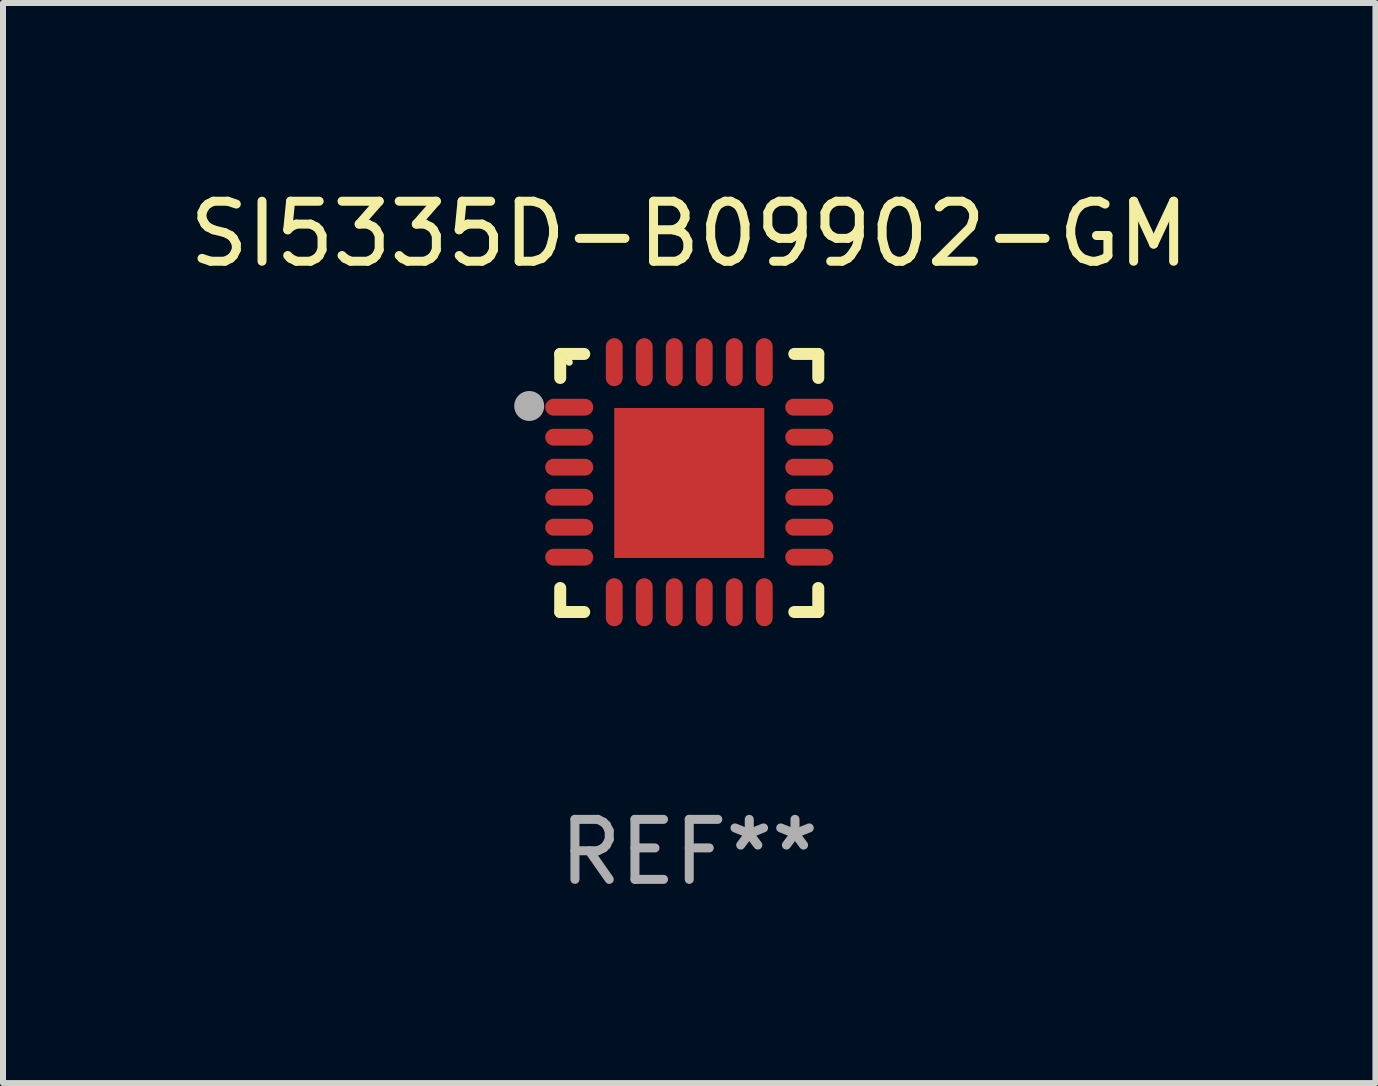
<source format=kicad_pcb>
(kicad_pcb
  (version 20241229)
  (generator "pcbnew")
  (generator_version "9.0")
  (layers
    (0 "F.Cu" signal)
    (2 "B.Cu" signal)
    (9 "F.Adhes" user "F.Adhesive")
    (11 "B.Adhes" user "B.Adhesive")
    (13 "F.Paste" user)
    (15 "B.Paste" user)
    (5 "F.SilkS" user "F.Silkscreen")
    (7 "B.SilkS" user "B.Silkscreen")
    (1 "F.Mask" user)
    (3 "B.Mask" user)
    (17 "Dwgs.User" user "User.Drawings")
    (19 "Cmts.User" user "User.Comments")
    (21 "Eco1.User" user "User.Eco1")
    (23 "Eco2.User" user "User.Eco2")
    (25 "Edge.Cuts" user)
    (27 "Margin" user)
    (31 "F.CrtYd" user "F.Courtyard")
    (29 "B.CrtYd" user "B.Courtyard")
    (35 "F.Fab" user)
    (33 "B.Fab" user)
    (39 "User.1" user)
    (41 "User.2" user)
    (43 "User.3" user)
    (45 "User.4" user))
  (footprint "SI5335D-B09902-GM"
    (layer "F.Cu")
    (at 8.435 4.998)
    (property "Reference" "SI5335D-B09902-GM" (at 0 -4.15 0) (layer "F.SilkS") (effects (font (size 1 1) (thickness 0.15))))
    (attr through_hole)
    (fp_line (start -2.15 -2.15) (end -1.75 -2.15) (stroke (width 0.2) (type solid)) (layer "F.SilkS"))
    (fp_line (start -2.15 -1.75) (end -2.15 -2.15) (stroke (width 0.2) (type solid)) (layer "F.SilkS"))
    (fp_line (start -2.15 2.15) (end -2.15 1.75) (stroke (width 0.2) (type solid)) (layer "F.SilkS"))
    (fp_line (start -1.75 2.15) (end -2.15 2.15) (stroke (width 0.2) (type solid)) (layer "F.SilkS"))
    (fp_line (start 1.75 -2.15) (end 2.15 -2.15) (stroke (width 0.2) (type solid)) (layer "F.SilkS"))
    (fp_line (start 1.75 2.15) (end 2.15 2.15) (stroke (width 0.2) (type solid)) (layer "F.SilkS"))
    (fp_line (start 2.15 -2.15) (end 2.15 -1.75) (stroke (width 0.2) (type solid)) (layer "F.SilkS"))
    (fp_line (start 2.15 2.15) (end 2.15 1.75) (stroke (width 0.2) (type solid)) (layer "F.SilkS"))
    (fp_circle (center -2 -2.013) (end -1.97 -2.013) (stroke (width 0.06) (type solid)) (fill no) (layer "F.SilkS"))
    (fp_circle (center -2.667 -1.283) (end -2.542 -1.283) (stroke (width 0.25) (type solid)) (fill no) (layer "F.Fab"))
    (fp_text user "REF**" (at 0 6.15 0) (layer "F.Fab") (effects (font (size 1 1) (thickness 0.15))))
    (pad "1" smd oval (at -2 -1.263) (size 0.8 0.28) (layers "F.Cu" "F.Mask" "F.Paste"))
    (pad "2" smd oval (at -2 -0.763) (size 0.8 0.28) (layers "F.Cu" "F.Mask" "F.Paste"))
    (pad "3" smd oval (at -2 -0.263) (size 0.8 0.28) (layers "F.Cu" "F.Mask" "F.Paste"))
    (pad "4" smd oval (at -2 0.237) (size 0.8 0.28) (layers "F.Cu" "F.Mask" "F.Paste"))
    (pad "5" smd oval (at -2 0.737) (size 0.8 0.28) (layers "F.Cu" "F.Mask" "F.Paste"))
    (pad "6" smd oval (at -2 1.237) (size 0.8 0.28) (layers "F.Cu" "F.Mask" "F.Paste"))
    (pad "7" smd oval (at -1.25 1.987) (size 0.28 0.8) (layers "F.Cu" "F.Mask" "F.Paste"))
    (pad "8" smd oval (at -0.75 1.987) (size 0.28 0.8) (layers "F.Cu" "F.Mask" "F.Paste"))
    (pad "9" smd oval (at -0.25 1.987) (size 0.28 0.8) (layers "F.Cu" "F.Mask" "F.Paste"))
    (pad "10" smd oval (at 0.25 1.987) (size 0.28 0.8) (layers "F.Cu" "F.Mask" "F.Paste"))
    (pad "11" smd oval (at 0.75 1.987) (size 0.28 0.8) (layers "F.Cu" "F.Mask" "F.Paste"))
    (pad "12" smd oval (at 1.25 1.987) (size 0.28 0.8) (layers "F.Cu" "F.Mask" "F.Paste"))
    (pad "13" smd oval (at 2 1.237) (size 0.8 0.28) (layers "F.Cu" "F.Mask" "F.Paste"))
    (pad "14" smd oval (at 2 0.737) (size 0.8 0.28) (layers "F.Cu" "F.Mask" "F.Paste"))
    (pad "15" smd oval (at 2 0.237) (size 0.8 0.28) (layers "F.Cu" "F.Mask" "F.Paste"))
    (pad "16" smd oval (at 2 -0.263) (size 0.8 0.28) (layers "F.Cu" "F.Mask" "F.Paste"))
    (pad "17" smd oval (at 2 -0.763) (size 0.8 0.28) (layers "F.Cu" "F.Mask" "F.Paste"))
    (pad "18" smd oval (at 2 -1.263) (size 0.8 0.28) (layers "F.Cu" "F.Mask" "F.Paste"))
    (pad "19" smd oval (at 1.25 -2.013) (size 0.28 0.8) (layers "F.Cu" "F.Mask" "F.Paste"))
    (pad "20" smd oval (at 0.75 -2.013) (size 0.28 0.8) (layers "F.Cu" "F.Mask" "F.Paste"))
    (pad "21" smd oval (at 0.25 -2.013) (size 0.28 0.8) (layers "F.Cu" "F.Mask" "F.Paste"))
    (pad "22" smd oval (at -0.25 -2.013) (size 0.28 0.8) (layers "F.Cu" "F.Mask" "F.Paste"))
    (pad "23" smd oval (at -0.75 -2.013) (size 0.28 0.8) (layers "F.Cu" "F.Mask" "F.Paste"))
    (pad "24" smd oval (at -1.25 -2.013) (size 0.28 0.8) (layers "F.Cu" "F.Mask" "F.Paste"))
    (pad "25" smd rect (at -0.000127 -0.00014) (size 2.5 2.5) (layers "F.Cu" "F.Mask" "F.Paste")))
  (gr_rect
    (start -3 -3)
    (end 19.869 14.997)
    (stroke (width 0.1) (type default))
    (fill no)
    (layer "Edge.Cuts")))
</source>
